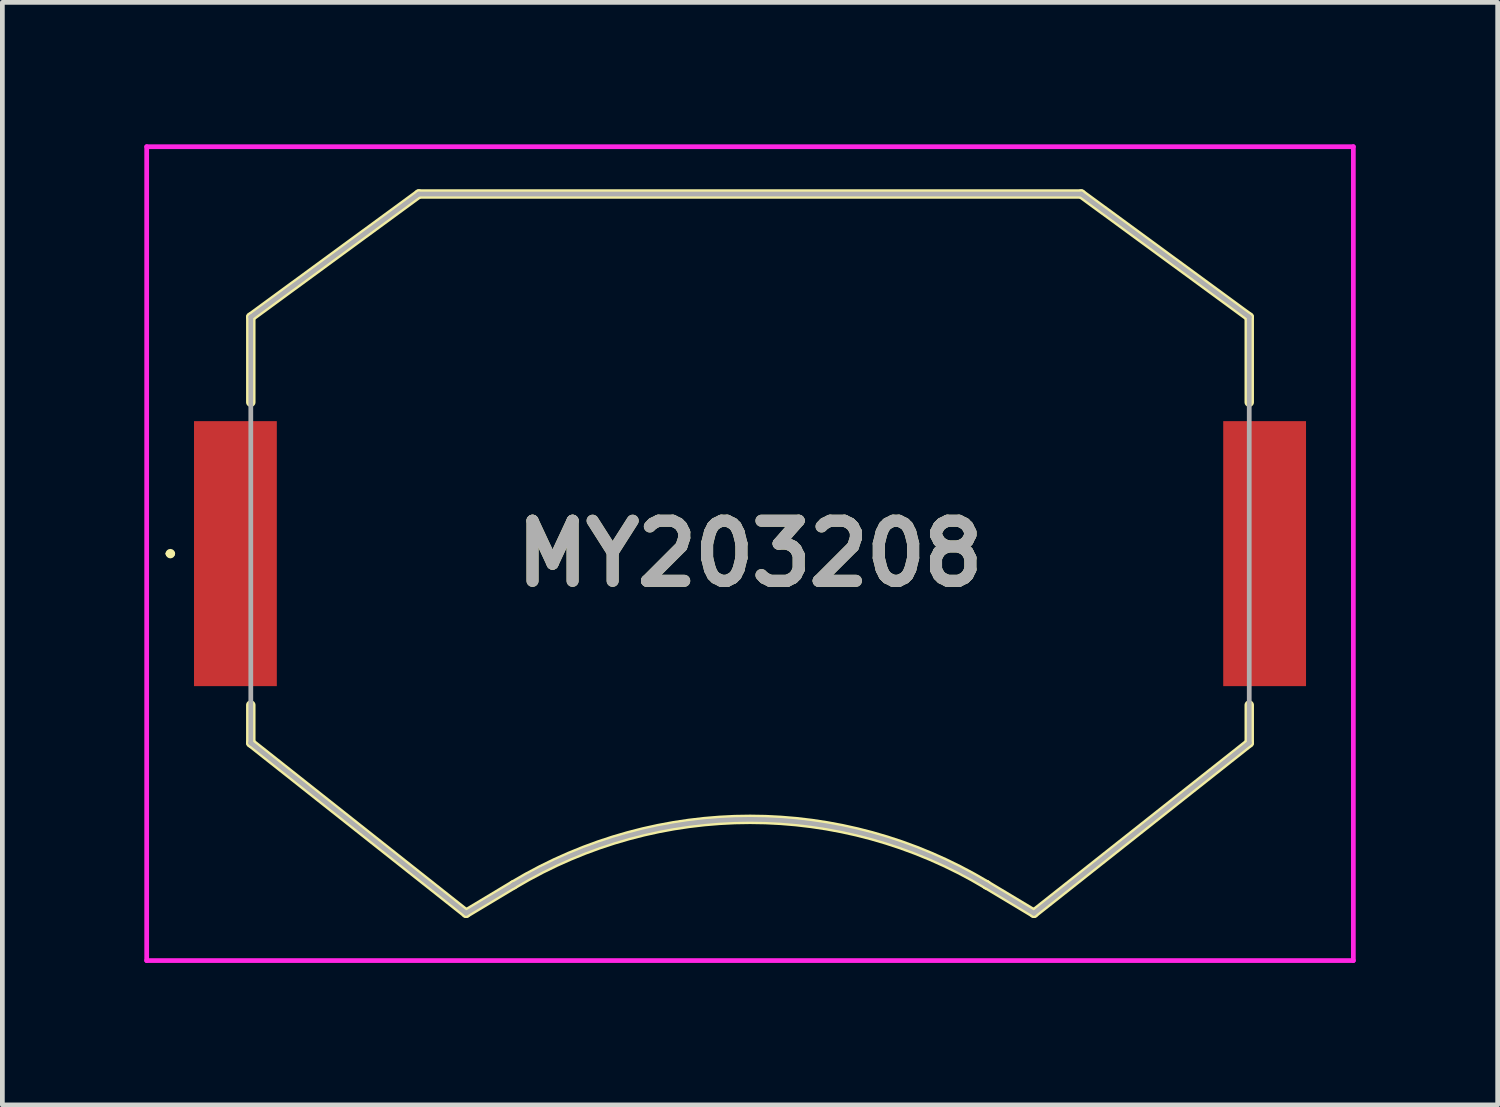
<source format=kicad_pcb>
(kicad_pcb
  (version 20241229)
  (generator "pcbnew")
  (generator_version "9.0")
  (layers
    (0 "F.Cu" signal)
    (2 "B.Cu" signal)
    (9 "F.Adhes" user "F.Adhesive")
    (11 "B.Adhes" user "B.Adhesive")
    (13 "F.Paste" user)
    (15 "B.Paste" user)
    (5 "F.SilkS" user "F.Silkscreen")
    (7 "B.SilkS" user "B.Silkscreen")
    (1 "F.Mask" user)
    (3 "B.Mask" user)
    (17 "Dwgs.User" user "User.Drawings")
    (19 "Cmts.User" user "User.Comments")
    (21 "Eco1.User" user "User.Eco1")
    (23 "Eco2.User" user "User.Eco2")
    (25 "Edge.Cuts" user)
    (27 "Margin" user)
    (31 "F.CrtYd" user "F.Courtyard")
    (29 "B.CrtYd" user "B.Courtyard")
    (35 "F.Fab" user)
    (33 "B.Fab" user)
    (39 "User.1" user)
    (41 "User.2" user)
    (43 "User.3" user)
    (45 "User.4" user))
  (footprint "MY203208"
    (layer "F.Cu")
    (at 12.8 8.65)
    (property "Reference" "MY203208" (at 0 0 0) (layer "F.SilkS") (effects (font (size 1.27 1.27) (thickness 0.254))))
    (attr smd)
    (fp_line (start -12.3 0) (end -12.3 0) (stroke (width 0.1) (type solid)) (layer "F.SilkS"))
    (fp_line (start -12.2 0) (end -12.2 0) (stroke (width 0.1) (type solid)) (layer "F.SilkS"))
    (fp_line (start -10.55 -5) (end -7 -7.6) (stroke (width 0.2) (type solid)) (layer "F.SilkS"))
    (fp_line (start -10.55 -3.2) (end -10.55 -5) (stroke (width 0.2) (type solid)) (layer "F.SilkS"))
    (fp_line (start -10.55 4) (end -10.55 3.2) (stroke (width 0.2) (type solid)) (layer "F.SilkS"))
    (fp_line (start -7 -7.6) (end 7 -7.6) (stroke (width 0.2) (type solid)) (layer "F.SilkS"))
    (fp_line (start -6 7.6) (end -10.55 4) (stroke (width 0.2) (type solid)) (layer "F.SilkS"))
    (fp_line (start -5 7) (end -6 7.6) (stroke (width 0.2) (type solid)) (layer "F.SilkS"))
    (fp_line (start 5 7) (end 5 7) (stroke (width 0.2) (type solid)) (layer "F.SilkS"))
    (fp_line (start 6 7.6) (end 5 7) (stroke (width 0.2) (type solid)) (layer "F.SilkS"))
    (fp_line (start 7 -7.6) (end 10.55 -5) (stroke (width 0.2) (type solid)) (layer "F.SilkS"))
    (fp_line (start 10.55 -5) (end 10.55 -3.2) (stroke (width 0.2) (type solid)) (layer "F.SilkS"))
    (fp_line (start 10.55 3.2) (end 10.55 4) (stroke (width 0.2) (type solid)) (layer "F.SilkS"))
    (fp_line (start 10.55 4) (end 6 7.6) (stroke (width 0.2) (type solid)) (layer "F.SilkS"))
    (fp_arc (start -12.3 0) (mid -12.25 -0.05) (end -12.2 0) (stroke (width 0.1) (type solid)) (layer "F.SilkS"))
    (fp_arc (start -12.2 0) (mid -12.25 0.05) (end -12.3 0) (stroke (width 0.1) (type solid)) (layer "F.SilkS"))
    (fp_arc (start -4.996145 6.997688) (mid 0.002248 5.615104) (end 5 7) (stroke (width 0.2) (type solid)) (layer "F.SilkS"))
    (fp_line (start -12.75 -8.6) (end 12.75 -8.6) (stroke (width 0.1) (type solid)) (layer "F.CrtYd"))
    (fp_line (start -12.75 8.6) (end -12.75 -8.6) (stroke (width 0.1) (type solid)) (layer "F.CrtYd"))
    (fp_line (start 12.75 -8.6) (end 12.75 8.6) (stroke (width 0.1) (type solid)) (layer "F.CrtYd"))
    (fp_line (start 12.75 8.6) (end -12.75 8.6) (stroke (width 0.1) (type solid)) (layer "F.CrtYd"))
    (fp_line (start -10.55 -5) (end -10.55 4) (stroke (width 0.1) (type solid)) (layer "F.Fab"))
    (fp_line (start -10.55 4) (end -10.55 4) (stroke (width 0.1) (type solid)) (layer "F.Fab"))
    (fp_line (start -10.55 4) (end -6 7.6) (stroke (width 0.1) (type solid)) (layer "F.Fab"))
    (fp_line (start -7 -7.6) (end -10.55 -5) (stroke (width 0.1) (type solid)) (layer "F.Fab"))
    (fp_line (start -6 7.6) (end -5 7) (stroke (width 0.1) (type solid)) (layer "F.Fab"))
    (fp_line (start -5 7) (end -5 7) (stroke (width 0.1) (type solid)) (layer "F.Fab"))
    (fp_line (start 5 7) (end 6 7.6) (stroke (width 0.1) (type solid)) (layer "F.Fab"))
    (fp_line (start 6 7.6) (end 10.55 4) (stroke (width 0.1) (type solid)) (layer "F.Fab"))
    (fp_line (start 7 -7.6) (end -7 -7.6) (stroke (width 0.1) (type solid)) (layer "F.Fab"))
    (fp_line (start 10.55 -5) (end 7 -7.6) (stroke (width 0.1) (type solid)) (layer "F.Fab"))
    (fp_line (start 10.55 4) (end 10.55 -5) (stroke (width 0.1) (type solid)) (layer "F.Fab"))
    (fp_arc (start -5 7) (mid -0.002248 5.615104) (end 4.996145 6.997688) (stroke (width 0.1) (type solid)) (layer "F.Fab"))
    (fp_text user "${REFERENCE}" (at 0 0 0) (layer "F.Fab") (effects (font (size 1.27 1.27) (thickness 0.254))))
    (pad "1" smd rect (at -10.875 0) (size 1.75 5.6) (layers "F.Cu" "F.Mask" "F.Paste"))
    (pad "2" smd rect (at 10.875 0) (size 1.75 5.6) (layers "F.Cu" "F.Mask" "F.Paste")))
  (gr_rect
    (start -3 -3)
    (end 28.6 20.3)
    (stroke (width 0.1) (type default))
    (fill no)
    (layer "Edge.Cuts")))
</source>
